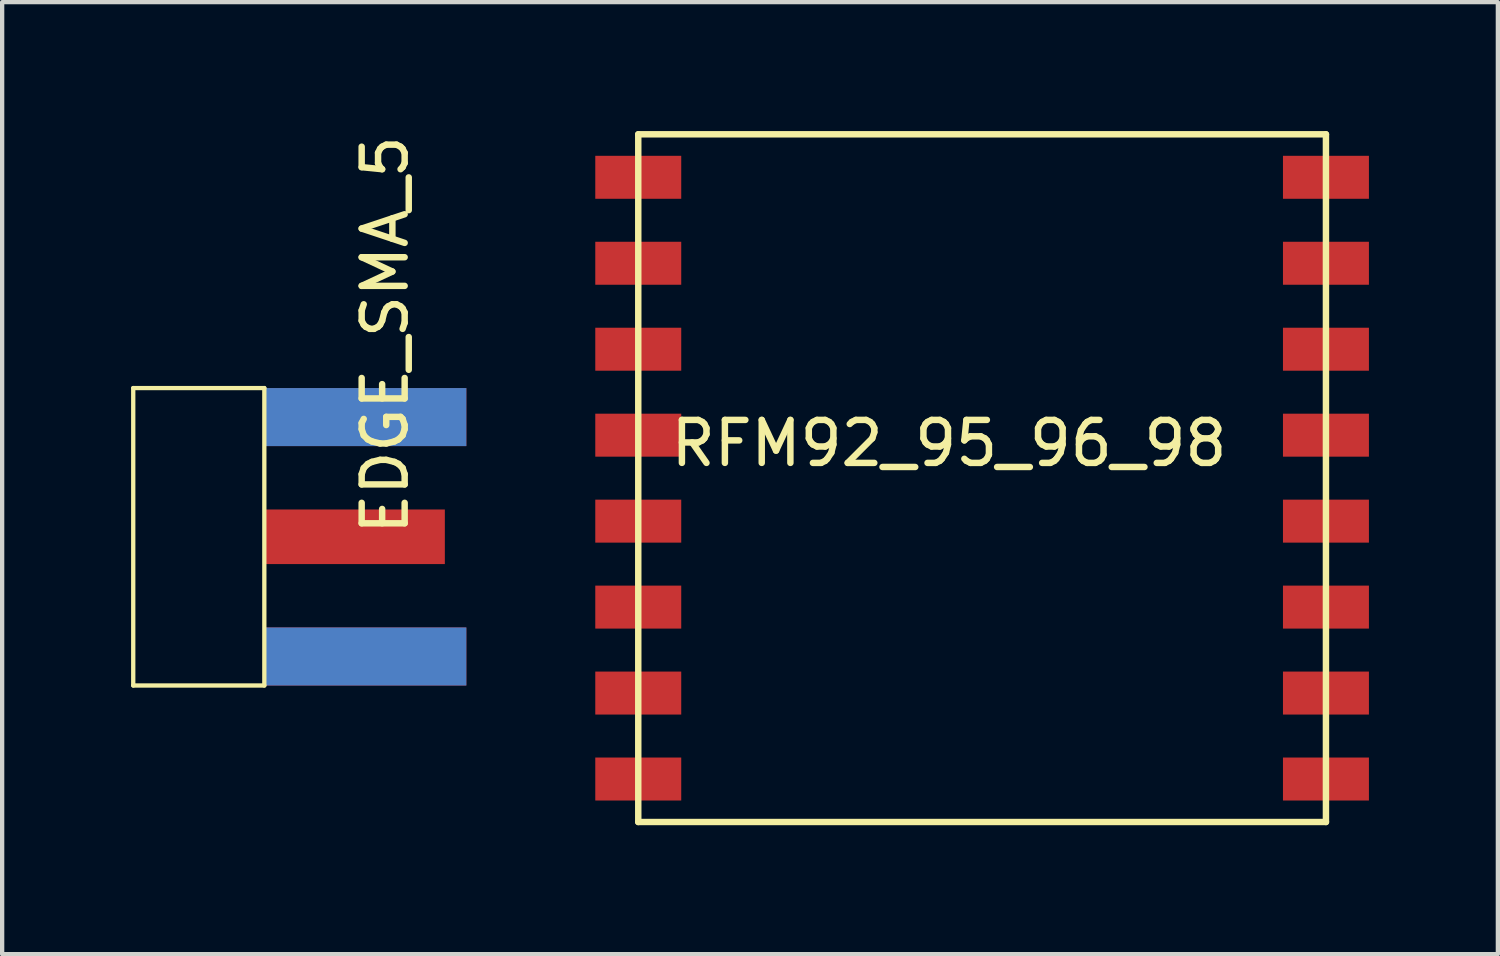
<source format=kicad_pcb>
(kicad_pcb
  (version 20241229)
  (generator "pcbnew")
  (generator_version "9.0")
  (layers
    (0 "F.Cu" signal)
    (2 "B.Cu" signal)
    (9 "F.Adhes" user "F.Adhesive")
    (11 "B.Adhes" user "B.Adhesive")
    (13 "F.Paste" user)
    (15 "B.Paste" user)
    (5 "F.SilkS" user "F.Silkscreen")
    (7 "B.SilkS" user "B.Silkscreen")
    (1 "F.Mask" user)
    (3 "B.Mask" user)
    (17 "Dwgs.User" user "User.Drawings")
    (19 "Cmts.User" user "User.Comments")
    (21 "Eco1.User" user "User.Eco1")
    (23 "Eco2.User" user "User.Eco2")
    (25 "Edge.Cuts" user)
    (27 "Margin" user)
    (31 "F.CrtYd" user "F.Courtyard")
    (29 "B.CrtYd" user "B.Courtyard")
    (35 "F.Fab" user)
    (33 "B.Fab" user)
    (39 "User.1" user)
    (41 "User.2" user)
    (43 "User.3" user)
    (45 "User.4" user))
  (footprint "RFM92_95_96_98"
    (layer "F.Cu")
    (at 11.8 1.075)
    (property "Reference" "RFM92_95_96_98" (at 7.23 6.19 0) (layer "F.SilkS") (effects (font (size 1 1) (thickness 0.15))))
    (attr through_hole)
    (fp_line (start 0 -1) (end 0 15) (stroke (width 0.15) (type solid)) (layer "F.SilkS"))
    (fp_line (start 0 15) (end 16 15) (stroke (width 0.15) (type solid)) (layer "F.SilkS"))
    (fp_line (start 16 -1) (end 0 -1) (stroke (width 0.15) (type solid)) (layer "F.SilkS"))
    (fp_line (start 16 15) (end 16 -1) (stroke (width 0.15) (type solid)) (layer "F.SilkS"))
    (pad "1" smd rect (at 0 0) (size 2 1) (layers "F.Cu" "F.Mask" "F.Paste"))
    (pad "2" smd rect (at 0 2) (size 2 1) (layers "F.Cu" "F.Mask" "F.Paste"))
    (pad "3" smd rect (at 0 4) (size 2 1) (layers "F.Cu" "F.Mask" "F.Paste"))
    (pad "4" smd rect (at 0 6) (size 2 1) (layers "F.Cu" "F.Mask" "F.Paste"))
    (pad "5" smd rect (at 0 8) (size 2 1) (layers "F.Cu" "F.Mask" "F.Paste"))
    (pad "6" smd rect (at 0 10) (size 2 1) (layers "F.Cu" "F.Mask" "F.Paste"))
    (pad "7" smd rect (at 0 12) (size 2 1) (layers "F.Cu" "F.Mask" "F.Paste"))
    (pad "8" smd rect (at 0 14) (size 2 1) (layers "F.Cu" "F.Mask" "F.Paste"))
    (pad "9" smd rect (at 16 14) (size 2 1) (layers "F.Cu" "F.Mask" "F.Paste"))
    (pad "10" smd rect (at 16 12) (size 2 1) (layers "F.Cu" "F.Mask" "F.Paste"))
    (pad "11" smd rect (at 16 10) (size 2 1) (layers "F.Cu" "F.Mask" "F.Paste"))
    (pad "12" smd rect (at 16 8) (size 2 1) (layers "F.Cu" "F.Mask" "F.Paste"))
    (pad "13" smd rect (at 16 6) (size 2 1) (layers "F.Cu" "F.Mask" "F.Paste"))
    (pad "14" smd rect (at 16 4) (size 2 1) (layers "F.Cu" "F.Mask" "F.Paste"))
    (pad "15" smd rect (at 16 2) (size 2 1) (layers "F.Cu" "F.Mask" "F.Paste"))
    (pad "16" smd rect (at 16 0) (size 2 1) (layers "F.Cu" "F.Mask" "F.Paste")))
  (footprint "EDGE_SMA_5"
    (layer "F.Cu")
    (at 5.45 6.654)
    (property "Reference" "EDGE_SMA_5" (at 0.46 -1.91 90) (layer "F.SilkS") (effects (font (size 1 1) (thickness 0.15))))
    (attr through_hole)
    (fp_line (start -5.4 6.245) (end -5.4 -0.675) (stroke (width 0.1) (type solid)) (layer "F.SilkS"))
    (fp_line (start -2.35 -0.675) (end -5.4 -0.675) (stroke (width 0.1) (type solid)) (layer "F.SilkS"))
    (fp_line (start -2.35 -0.675) (end -2.35 6.245) (stroke (width 0.1) (type solid)) (layer "F.SilkS"))
    (fp_line (start -2.35 6.245) (end -5.4 6.245) (stroke (width 0.1) (type solid)) (layer "F.SilkS"))
    (pad "1" smd rect (at -0.25 2.785) (size 4.2 1.27) (layers "F.Cu" "F.Mask" "F.Paste"))
    (pad "2" smd rect (at 0 0) (size 4.7 1.35) (layers "F.Cu" "F.Mask" "F.Paste"))
    (pad "3" smd rect (at 0 0) (size 4.7 1.35) (layers "F.Mask" "B.Cu" "F.Paste"))
    (pad "4" smd rect (at 0 5.57) (size 4.7 1.35) (layers "F.Cu" "F.Mask" "F.Paste"))
    (pad "5" smd rect (at 0 5.57) (size 4.7 1.35) (layers "F.Mask" "B.Cu" "F.Paste")))
  (gr_rect
    (start -3 -3)
    (end 31.8 19.15)
    (stroke (width 0.1) (type default))
    (fill no)
    (layer "Edge.Cuts")))
</source>
